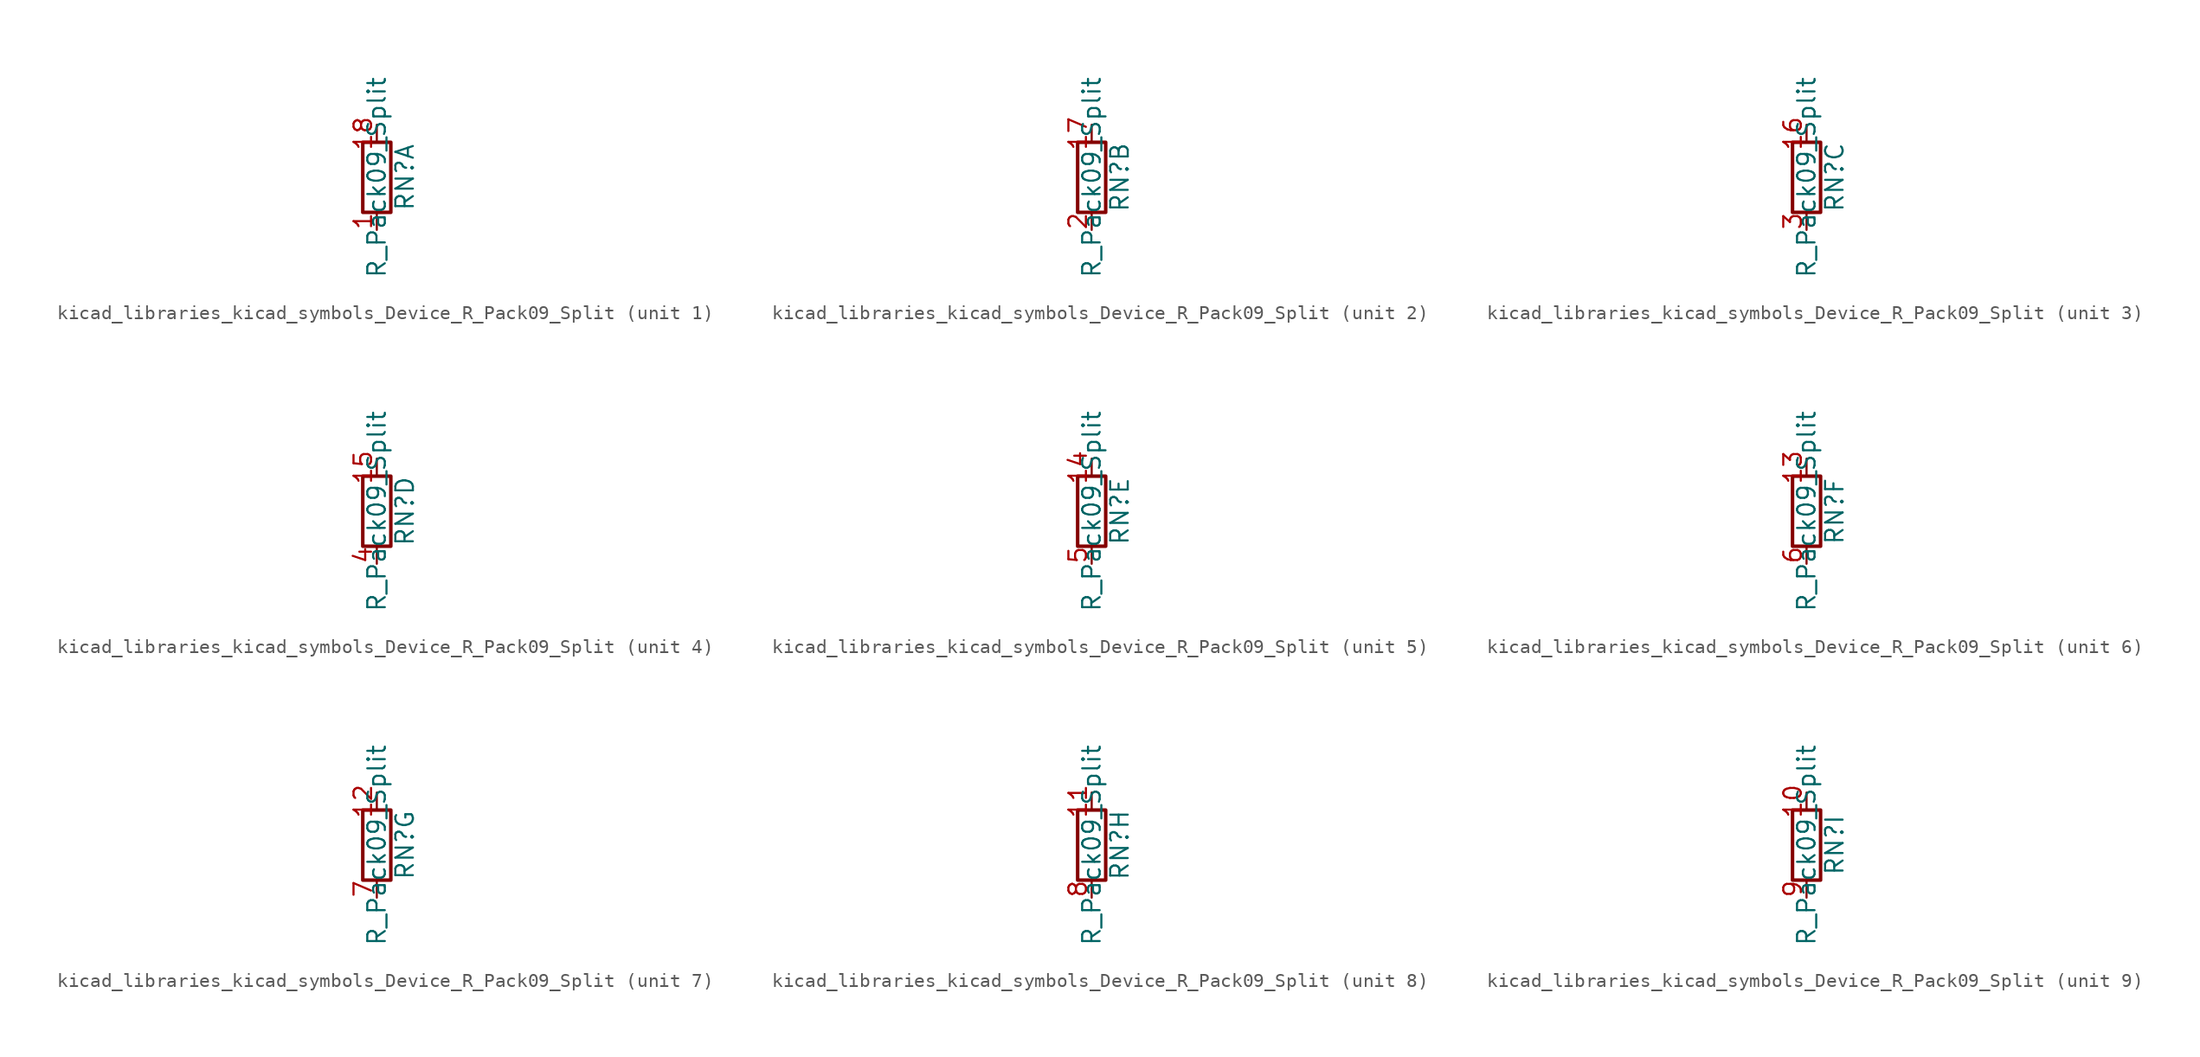
<source format=kicad_sym>
(kicad_symbol_lib
  (version 20220914)
  (generator kicad_symbol_editor)
  (symbol "kicad_libraries_kicad_symbols_Device_R_Pack09_Split"
    (pin_names
      (offset 0) hide)
    (property "Reference" "RN"
      (at 2.032 0 90)
      (effects (font (size 1.27 1.27))))
    (property "Value" "R_Pack09_Split"
      (at 0 0 90)
      (effects (font (size 1.27 1.27))))
    (symbol "kicad_libraries_kicad_symbols_Device_R_Pack09_Split_0_1"
      (rectangle (start 1.016 2.54) (end -1.016 -2.54) (stroke (width 0.254) (type default)) (fill (type none))))
    (symbol "kicad_libraries_kicad_symbols_Device_R_Pack09_Split_1_1"
      (pin passive line (at 0 -3.81 90) (length 1.27) (name "R1.1" (effects (font (size 1.27 1.27)))) (number "1" (effects (font (size 1.27 1.27)))))
      (pin passive line (at 0 3.81 270) (length 1.27) (name "R1.2" (effects (font (size 1.27 1.27)))) (number "18" (effects (font (size 1.27 1.27))))))
    (symbol "kicad_libraries_kicad_symbols_Device_R_Pack09_Split_2_1"
      (pin passive line (at 0 3.81 270) (length 1.27) (name "R2.2" (effects (font (size 1.27 1.27)))) (number "17" (effects (font (size 1.27 1.27)))))
      (pin passive line (at 0 -3.81 90) (length 1.27) (name "R2.1" (effects (font (size 1.27 1.27)))) (number "2" (effects (font (size 1.27 1.27))))))
    (symbol "kicad_libraries_kicad_symbols_Device_R_Pack09_Split_3_1"
      (pin passive line (at 0 3.81 270) (length 1.27) (name "R3.2" (effects (font (size 1.27 1.27)))) (number "16" (effects (font (size 1.27 1.27)))))
      (pin passive line (at 0 -3.81 90) (length 1.27) (name "R3.1" (effects (font (size 1.27 1.27)))) (number "3" (effects (font (size 1.27 1.27))))))
    (symbol "kicad_libraries_kicad_symbols_Device_R_Pack09_Split_4_1"
      (pin passive line (at 0 3.81 270) (length 1.27) (name "R4.2" (effects (font (size 1.27 1.27)))) (number "15" (effects (font (size 1.27 1.27)))))
      (pin passive line (at 0 -3.81 90) (length 1.27) (name "R4.1" (effects (font (size 1.27 1.27)))) (number "4" (effects (font (size 1.27 1.27))))))
    (symbol "kicad_libraries_kicad_symbols_Device_R_Pack09_Split_5_1"
      (pin passive line (at 0 3.81 270) (length 1.27) (name "R5.2" (effects (font (size 1.27 1.27)))) (number "14" (effects (font (size 1.27 1.27)))))
      (pin passive line (at 0 -3.81 90) (length 1.27) (name "R5.1" (effects (font (size 1.27 1.27)))) (number "5" (effects (font (size 1.27 1.27))))))
    (symbol "kicad_libraries_kicad_symbols_Device_R_Pack09_Split_6_1"
      (pin passive line (at 0 3.81 270) (length 1.27) (name "R6.2" (effects (font (size 1.27 1.27)))) (number "13" (effects (font (size 1.27 1.27)))))
      (pin passive line (at 0 -3.81 90) (length 1.27) (name "R6.1" (effects (font (size 1.27 1.27)))) (number "6" (effects (font (size 1.27 1.27))))))
    (symbol "kicad_libraries_kicad_symbols_Device_R_Pack09_Split_7_1"
      (pin passive line (at 0 3.81 270) (length 1.27) (name "R7.2" (effects (font (size 1.27 1.27)))) (number "12" (effects (font (size 1.27 1.27)))))
      (pin passive line (at 0 -3.81 90) (length 1.27) (name "R7.1" (effects (font (size 1.27 1.27)))) (number "7" (effects (font (size 1.27 1.27))))))
    (symbol "kicad_libraries_kicad_symbols_Device_R_Pack09_Split_8_1"
      (pin passive line (at 0 3.81 270) (length 1.27) (name "R8.2" (effects (font (size 1.27 1.27)))) (number "11" (effects (font (size 1.27 1.27)))))
      (pin passive line (at 0 -3.81 90) (length 1.27) (name "R8.1" (effects (font (size 1.27 1.27)))) (number "8" (effects (font (size 1.27 1.27))))))
    (symbol "kicad_libraries_kicad_symbols_Device_R_Pack09_Split_9_1"
      (pin passive line (at 0 3.81 270) (length 1.27) (name "R9.2" (effects (font (size 1.27 1.27)))) (number "10" (effects (font (size 1.27 1.27)))))
      (pin passive line (at 0 -3.81 90) (length 1.27) (name "R9.1" (effects (font (size 1.27 1.27)))) (number "9" (effects (font (size 1.27 1.27))))))))
</source>
